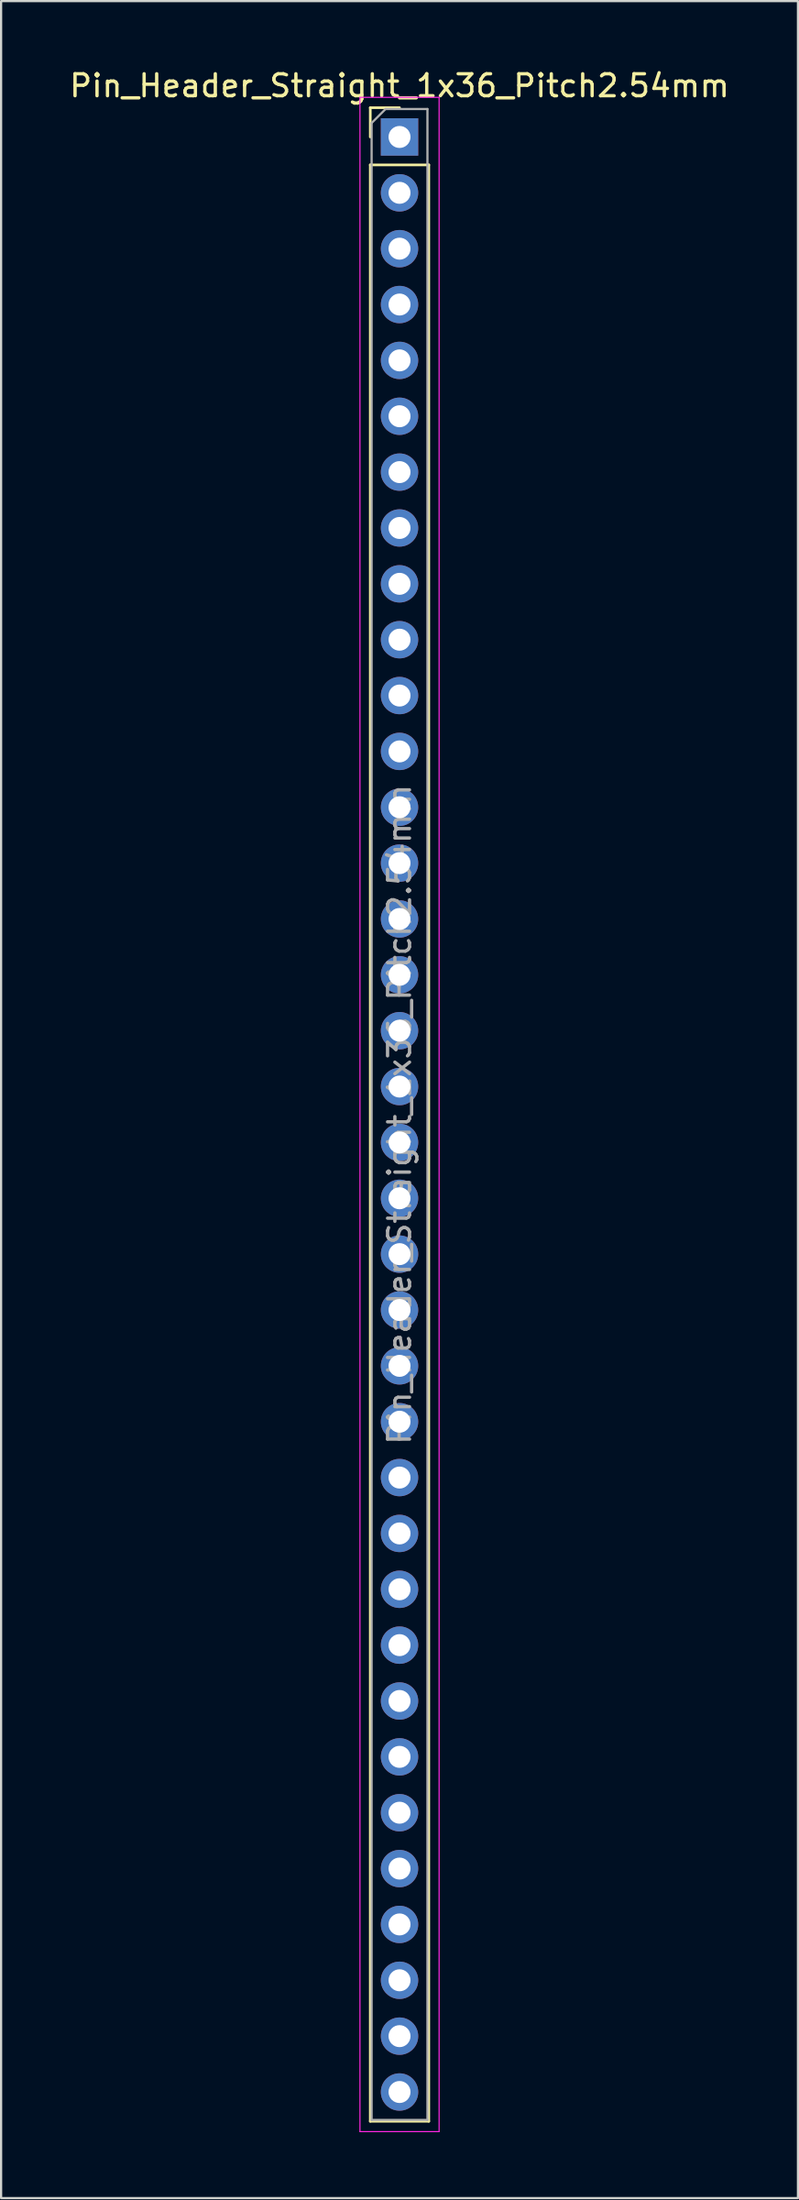
<source format=kicad_pcb>
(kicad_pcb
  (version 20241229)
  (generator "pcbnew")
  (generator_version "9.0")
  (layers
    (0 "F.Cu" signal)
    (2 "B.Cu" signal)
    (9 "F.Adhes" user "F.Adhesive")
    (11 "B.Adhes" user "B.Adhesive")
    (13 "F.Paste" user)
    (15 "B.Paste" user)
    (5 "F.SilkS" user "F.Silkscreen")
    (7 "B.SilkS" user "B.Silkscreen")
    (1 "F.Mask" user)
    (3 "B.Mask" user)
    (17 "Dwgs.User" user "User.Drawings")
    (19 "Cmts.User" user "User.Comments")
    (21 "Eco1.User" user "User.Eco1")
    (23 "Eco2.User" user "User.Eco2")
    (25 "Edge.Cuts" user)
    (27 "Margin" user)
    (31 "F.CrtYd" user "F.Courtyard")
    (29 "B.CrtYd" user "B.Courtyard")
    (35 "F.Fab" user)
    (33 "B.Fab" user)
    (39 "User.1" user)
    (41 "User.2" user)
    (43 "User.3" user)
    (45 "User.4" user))
  (footprint "Pin_Header_Straight_1x36_Pitch2.54mm"
    (layer "F.Cu")
    (at 15.125 3.178)
    (property "Reference" "Pin_Header_Straight_1x36_Pitch2.54mm" (at 0 -2.33 0) (layer "F.SilkS") (effects (font (size 1 1) (thickness 0.15))))
    (attr through_hole)
    (fp_line (start -1.33 -1.33) (end 0 -1.33) (stroke (width 0.12) (type solid)) (layer "F.SilkS"))
    (fp_line (start -1.33 0) (end -1.33 -1.33) (stroke (width 0.12) (type solid)) (layer "F.SilkS"))
    (fp_line (start -1.33 1.27) (end -1.33 90.23) (stroke (width 0.12) (type solid)) (layer "F.SilkS"))
    (fp_line (start -1.33 90.23) (end 1.33 90.23) (stroke (width 0.12) (type solid)) (layer "F.SilkS"))
    (fp_line (start 1.33 1.27) (end -1.33 1.27) (stroke (width 0.12) (type solid)) (layer "F.SilkS"))
    (fp_line (start 1.33 90.23) (end 1.33 1.27) (stroke (width 0.12) (type solid)) (layer "F.SilkS"))
    (fp_line (start -1.8 -1.8) (end -1.8 90.7) (stroke (width 0.05) (type solid)) (layer "F.CrtYd"))
    (fp_line (start -1.8 90.7) (end 1.8 90.7) (stroke (width 0.05) (type solid)) (layer "F.CrtYd"))
    (fp_line (start 1.8 -1.8) (end -1.8 -1.8) (stroke (width 0.05) (type solid)) (layer "F.CrtYd"))
    (fp_line (start 1.8 90.7) (end 1.8 -1.8) (stroke (width 0.05) (type solid)) (layer "F.CrtYd"))
    (fp_line (start -1.27 -0.635) (end -0.635 -1.27) (stroke (width 0.1) (type solid)) (layer "F.Fab"))
    (fp_line (start -1.27 90.17) (end -1.27 -0.635) (stroke (width 0.1) (type solid)) (layer "F.Fab"))
    (fp_line (start -0.635 -1.27) (end 1.27 -1.27) (stroke (width 0.1) (type solid)) (layer "F.Fab"))
    (fp_line (start 1.27 -1.27) (end 1.27 90.17) (stroke (width 0.1) (type solid)) (layer "F.Fab"))
    (fp_line (start 1.27 90.17) (end -1.27 90.17) (stroke (width 0.1) (type solid)) (layer "F.Fab"))
    (fp_text user "${REFERENCE}" (at 0 44.45 90) (layer "F.Fab") (effects (font (size 1 1) (thickness 0.15))))
    (pad "1" thru_hole rect (at 0 0) (size 1.7 1.7) (drill 1) (layers "*.Cu" "*.Mask"))
    (pad "2" thru_hole oval (at 0 2.54) (size 1.7 1.7) (drill 1) (layers "*.Cu" "*.Mask"))
    (pad "3" thru_hole oval (at 0 5.08) (size 1.7 1.7) (drill 1) (layers "*.Cu" "*.Mask"))
    (pad "4" thru_hole oval (at 0 7.62) (size 1.7 1.7) (drill 1) (layers "*.Cu" "*.Mask"))
    (pad "5" thru_hole oval (at 0 10.16) (size 1.7 1.7) (drill 1) (layers "*.Cu" "*.Mask"))
    (pad "6" thru_hole oval (at 0 12.7) (size 1.7 1.7) (drill 1) (layers "*.Cu" "*.Mask"))
    (pad "7" thru_hole oval (at 0 15.24) (size 1.7 1.7) (drill 1) (layers "*.Cu" "*.Mask"))
    (pad "8" thru_hole oval (at 0 17.78) (size 1.7 1.7) (drill 1) (layers "*.Cu" "*.Mask"))
    (pad "9" thru_hole oval (at 0 20.32) (size 1.7 1.7) (drill 1) (layers "*.Cu" "*.Mask"))
    (pad "10" thru_hole oval (at 0 22.86) (size 1.7 1.7) (drill 1) (layers "*.Cu" "*.Mask"))
    (pad "11" thru_hole oval (at 0 25.4) (size 1.7 1.7) (drill 1) (layers "*.Cu" "*.Mask"))
    (pad "12" thru_hole oval (at 0 27.94) (size 1.7 1.7) (drill 1) (layers "*.Cu" "*.Mask"))
    (pad "13" thru_hole oval (at 0 30.48) (size 1.7 1.7) (drill 1) (layers "*.Cu" "*.Mask"))
    (pad "14" thru_hole oval (at 0 33.02) (size 1.7 1.7) (drill 1) (layers "*.Cu" "*.Mask"))
    (pad "15" thru_hole oval (at 0 35.56) (size 1.7 1.7) (drill 1) (layers "*.Cu" "*.Mask"))
    (pad "16" thru_hole oval (at 0 38.1) (size 1.7 1.7) (drill 1) (layers "*.Cu" "*.Mask"))
    (pad "17" thru_hole oval (at 0 40.64) (size 1.7 1.7) (drill 1) (layers "*.Cu" "*.Mask"))
    (pad "18" thru_hole oval (at 0 43.18) (size 1.7 1.7) (drill 1) (layers "*.Cu" "*.Mask"))
    (pad "19" thru_hole oval (at 0 45.72) (size 1.7 1.7) (drill 1) (layers "*.Cu" "*.Mask"))
    (pad "20" thru_hole oval (at 0 48.26) (size 1.7 1.7) (drill 1) (layers "*.Cu" "*.Mask"))
    (pad "21" thru_hole oval (at 0 50.8) (size 1.7 1.7) (drill 1) (layers "*.Cu" "*.Mask"))
    (pad "22" thru_hole oval (at 0 53.34) (size 1.7 1.7) (drill 1) (layers "*.Cu" "*.Mask"))
    (pad "23" thru_hole oval (at 0 55.88) (size 1.7 1.7) (drill 1) (layers "*.Cu" "*.Mask"))
    (pad "24" thru_hole oval (at 0 58.42) (size 1.7 1.7) (drill 1) (layers "*.Cu" "*.Mask"))
    (pad "25" thru_hole oval (at 0 60.96) (size 1.7 1.7) (drill 1) (layers "*.Cu" "*.Mask"))
    (pad "26" thru_hole oval (at 0 63.5) (size 1.7 1.7) (drill 1) (layers "*.Cu" "*.Mask"))
    (pad "27" thru_hole oval (at 0 66.04) (size 1.7 1.7) (drill 1) (layers "*.Cu" "*.Mask"))
    (pad "28" thru_hole oval (at 0 68.58) (size 1.7 1.7) (drill 1) (layers "*.Cu" "*.Mask"))
    (pad "29" thru_hole oval (at 0 71.12) (size 1.7 1.7) (drill 1) (layers "*.Cu" "*.Mask"))
    (pad "30" thru_hole oval (at 0 73.66) (size 1.7 1.7) (drill 1) (layers "*.Cu" "*.Mask"))
    (pad "31" thru_hole oval (at 0 76.2) (size 1.7 1.7) (drill 1) (layers "*.Cu" "*.Mask"))
    (pad "32" thru_hole oval (at 0 78.74) (size 1.7 1.7) (drill 1) (layers "*.Cu" "*.Mask"))
    (pad "33" thru_hole oval (at 0 81.28) (size 1.7 1.7) (drill 1) (layers "*.Cu" "*.Mask"))
    (pad "34" thru_hole oval (at 0 83.82) (size 1.7 1.7) (drill 1) (layers "*.Cu" "*.Mask"))
    (pad "35" thru_hole oval (at 0 86.36) (size 1.7 1.7) (drill 1) (layers "*.Cu" "*.Mask"))
    (pad "36" thru_hole oval (at 0 88.9) (size 1.7 1.7) (drill 1) (layers "*.Cu" "*.Mask")))
  (gr_rect
    (start -3 -3)
    (end 33.25 96.903)
    (stroke (width 0.1) (type default))
    (fill no)
    (layer "Edge.Cuts")))
</source>
